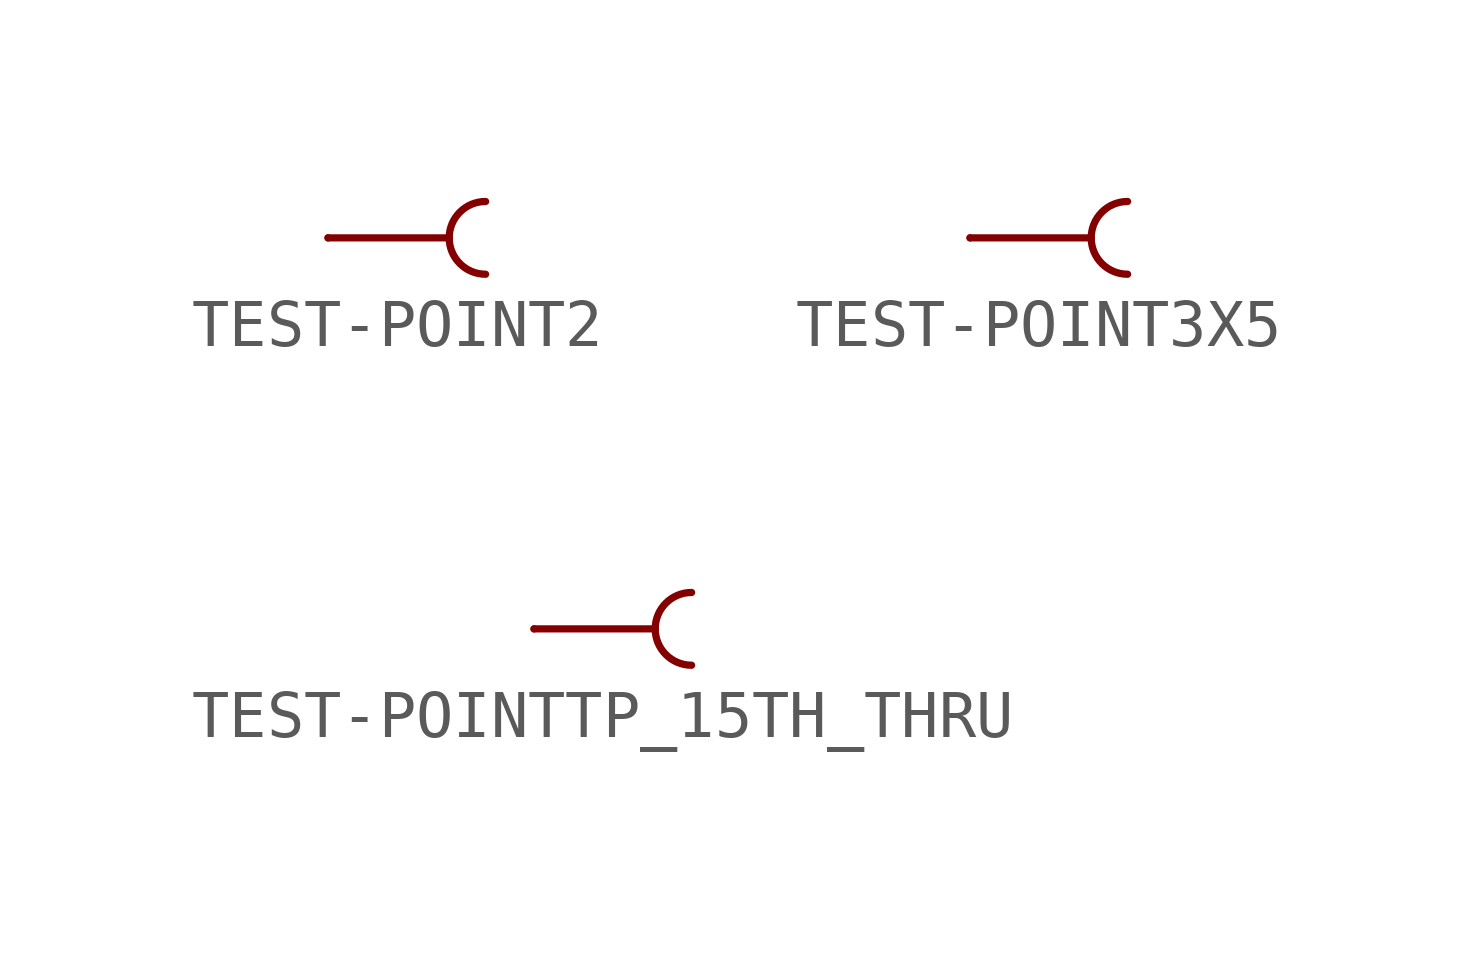
<source format=kicad_sym>
(kicad_symbol_lib
  (version 20220914)
  (generator kicad_symbol_editor)
  (symbol "TEST-POINT2"
    (property "Reference" "TP"
      (at -2.54 2.54 0)
      (effects (font (size 1.778 1.778)) (justify left bottom) hide))
    (property "ki_locked" ""
      (at 0 0 0)
      (effects (font (size 1.27 1.27))))
    (symbol "TEST-POINT2_1_0"
      (polyline (pts (xy 2.54 0) (xy 0 0)) (stroke (width 0.152) (type solid)) (fill (type none)))
      (arc (start 3.302 0.762) (mid 2.5433 0) (end 3.302 -0.762) (stroke (width 0.1524) (type solid)) (fill (type none)))
      (pin bidirectional line (at 0 0 180) (length 0) (name "1" (effects (font (size 0 0)))) (number "P$1" (effects (font (size 0 0)))))))
  (symbol "TEST-POINT3X5"
    (property "Reference" "TP"
      (at -2.54 2.54 0)
      (effects (font (size 1.778 1.778)) (justify left bottom) hide))
    (property "ki_locked" ""
      (at 0 0 0)
      (effects (font (size 1.27 1.27))))
    (symbol "TEST-POINT3X5_1_0"
      (polyline (pts (xy 2.54 0) (xy 0 0)) (stroke (width 0.152) (type solid)) (fill (type none)))
      (arc (start 3.302 0.762) (mid 2.5433 0) (end 3.302 -0.762) (stroke (width 0.1524) (type solid)) (fill (type none)))
      (pin bidirectional line (at 0 0 180) (length 0) (name "1" (effects (font (size 0 0)))) (number "P$1" (effects (font (size 0 0)))))))
  (symbol "TEST-POINTTP_15TH_THRU"
    (property "Reference" "TP"
      (at -2.54 2.54 0)
      (effects (font (size 1.778 1.778)) (justify left bottom) hide))
    (property "ki_locked" ""
      (at 0 0 0)
      (effects (font (size 1.27 1.27))))
    (symbol "TEST-POINTTP_15TH_THRU_1_0"
      (polyline (pts (xy 2.54 0) (xy 0 0)) (stroke (width 0.152) (type solid)) (fill (type none)))
      (arc (start 3.302 0.762) (mid 2.5433 0) (end 3.302 -0.762) (stroke (width 0.1524) (type solid)) (fill (type none)))
      (pin bidirectional line (at 0 0 180) (length 0) (name "1" (effects (font (size 0 0)))) (number "P$1" (effects (font (size 0 0))))))))
</source>
